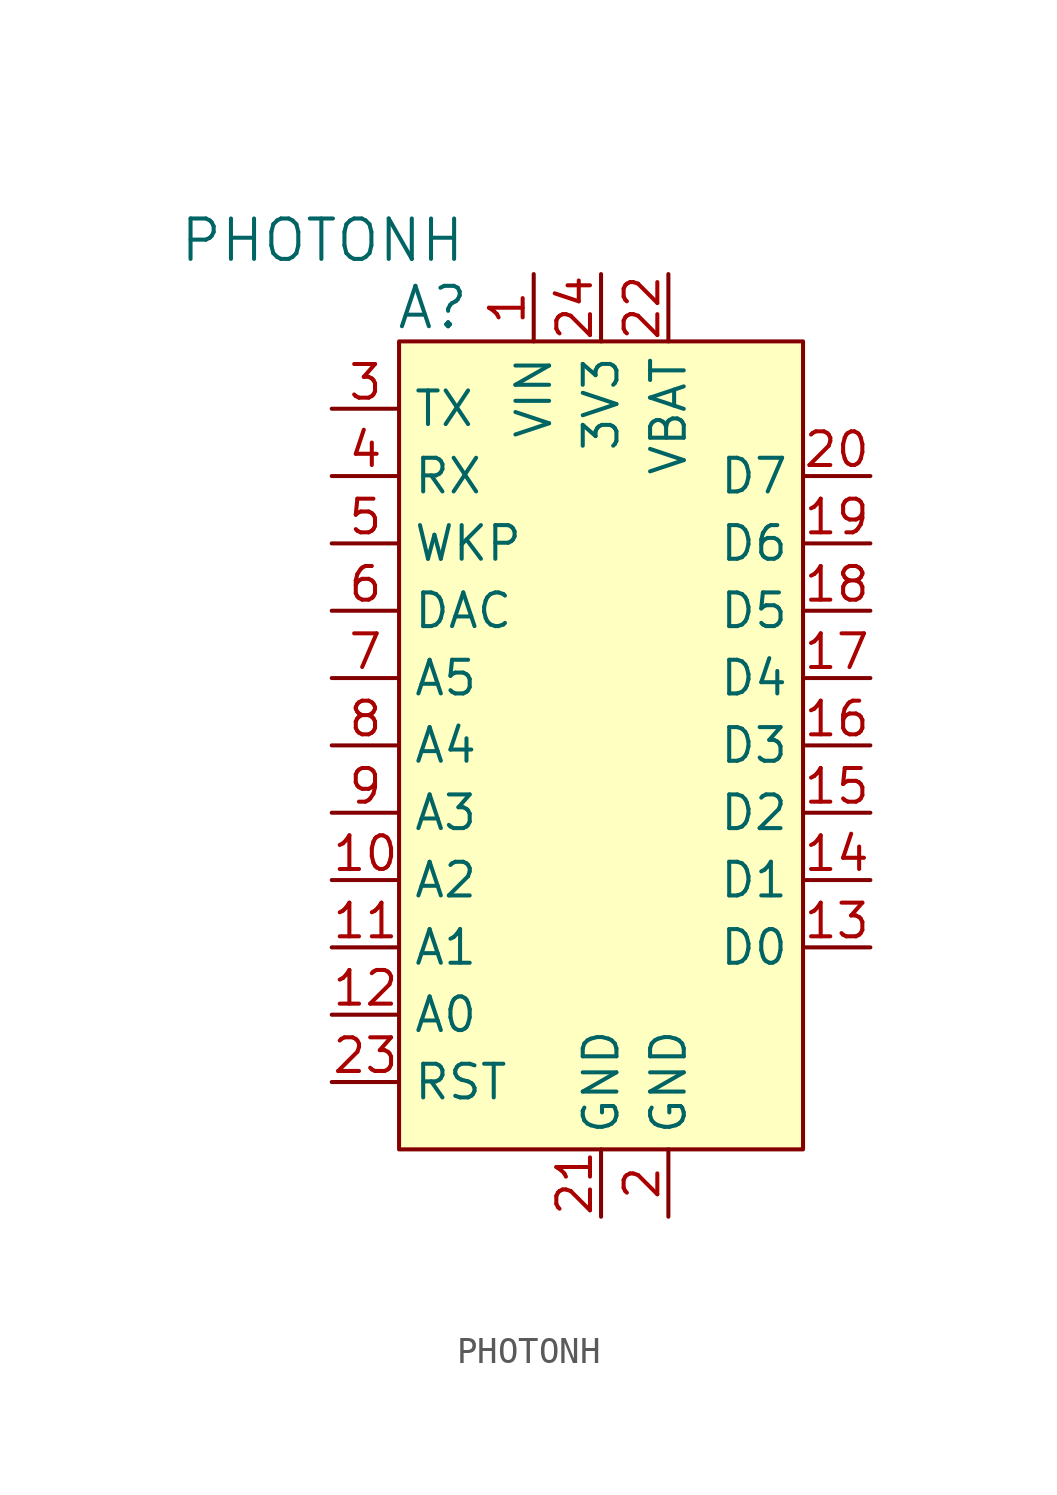
<source format=kicad_sym>
(kicad_symbol_lib
  (version 20211014)
  (generator kicad_symbol_editor)
  (symbol "PHOTONH"
    (property "Reference" "A"
      (at -6.35 13.97 0)
      (effects (font (size 1.524 1.524))))
    (property "Value" "PHOTONH"
      (at -5.08 16.51 0)
      (effects (font (size 1.524 1.524)) (justify right)))
    (symbol "PHOTONH_0_1"
      (rectangle (start -7.62 12.7) (end 7.62 -17.78) (stroke (width 0) (type default) (color 0 0 0 0)) (fill (type background))))
    (symbol "PHOTONH_1_1"
      (pin power_in line (at -2.54 15.24 270) (length 2.54) (name "VIN" (effects (font (size 1.27 1.27)))) (number "1" (effects (font (size 1.27 1.27)))))
      (pin bidirectional line (at -10.16 -7.62 0) (length 2.54) (name "A2" (effects (font (size 1.27 1.27)))) (number "10" (effects (font (size 1.27 1.27)))))
      (pin bidirectional line (at -10.16 -10.16 0) (length 2.54) (name "A1" (effects (font (size 1.27 1.27)))) (number "11" (effects (font (size 1.27 1.27)))))
      (pin bidirectional line (at -10.16 -12.7 0) (length 2.54) (name "A0" (effects (font (size 1.27 1.27)))) (number "12" (effects (font (size 1.27 1.27)))))
      (pin bidirectional line (at 10.16 -10.16 180) (length 2.54) (name "D0" (effects (font (size 1.27 1.27)))) (number "13" (effects (font (size 1.27 1.27)))))
      (pin bidirectional line (at 10.16 -7.62 180) (length 2.54) (name "D1" (effects (font (size 1.27 1.27)))) (number "14" (effects (font (size 1.27 1.27)))))
      (pin bidirectional line (at 10.16 -5.08 180) (length 2.54) (name "D2" (effects (font (size 1.27 1.27)))) (number "15" (effects (font (size 1.27 1.27)))))
      (pin bidirectional line (at 10.16 -2.54 180) (length 2.54) (name "D3" (effects (font (size 1.27 1.27)))) (number "16" (effects (font (size 1.27 1.27)))))
      (pin bidirectional line (at 10.16 0 180) (length 2.54) (name "D4" (effects (font (size 1.27 1.27)))) (number "17" (effects (font (size 1.27 1.27)))))
      (pin bidirectional line (at 10.16 2.54 180) (length 2.54) (name "D5" (effects (font (size 1.27 1.27)))) (number "18" (effects (font (size 1.27 1.27)))))
      (pin bidirectional line (at 10.16 5.08 180) (length 2.54) (name "D6" (effects (font (size 1.27 1.27)))) (number "19" (effects (font (size 1.27 1.27)))))
      (pin power_in line (at 2.54 -20.32 90) (length 2.54) (name "GND" (effects (font (size 1.27 1.27)))) (number "2" (effects (font (size 1.27 1.27)))))
      (pin bidirectional line (at 10.16 7.62 180) (length 2.54) (name "D7" (effects (font (size 1.27 1.27)))) (number "20" (effects (font (size 1.27 1.27)))))
      (pin power_in line (at 0 -20.32 90) (length 2.54) (name "GND" (effects (font (size 1.27 1.27)))) (number "21" (effects (font (size 1.27 1.27)))))
      (pin power_in line (at 2.54 15.24 270) (length 2.54) (name "VBAT" (effects (font (size 1.27 1.27)))) (number "22" (effects (font (size 1.27 1.27)))))
      (pin input line (at -10.16 -15.24 0) (length 2.54) (name "RST" (effects (font (size 1.27 1.27)))) (number "23" (effects (font (size 1.27 1.27)))))
      (pin power_in line (at 0 15.24 270) (length 2.54) (name "3V3" (effects (font (size 1.27 1.27)))) (number "24" (effects (font (size 1.27 1.27)))))
      (pin bidirectional line (at -10.16 10.16 0) (length 2.54) (name "TX" (effects (font (size 1.27 1.27)))) (number "3" (effects (font (size 1.27 1.27)))))
      (pin bidirectional line (at -10.16 7.62 0) (length 2.54) (name "RX" (effects (font (size 1.27 1.27)))) (number "4" (effects (font (size 1.27 1.27)))))
      (pin bidirectional line (at -10.16 5.08 0) (length 2.54) (name "WKP" (effects (font (size 1.27 1.27)))) (number "5" (effects (font (size 1.27 1.27)))))
      (pin bidirectional line (at -10.16 2.54 0) (length 2.54) (name "DAC" (effects (font (size 1.27 1.27)))) (number "6" (effects (font (size 1.27 1.27)))))
      (pin bidirectional line (at -10.16 0 0) (length 2.54) (name "A5" (effects (font (size 1.27 1.27)))) (number "7" (effects (font (size 1.27 1.27)))))
      (pin bidirectional line (at -10.16 -2.54 0) (length 2.54) (name "A4" (effects (font (size 1.27 1.27)))) (number "8" (effects (font (size 1.27 1.27)))))
      (pin bidirectional line (at -10.16 -5.08 0) (length 2.54) (name "A3" (effects (font (size 1.27 1.27)))) (number "9" (effects (font (size 1.27 1.27))))))))
</source>
